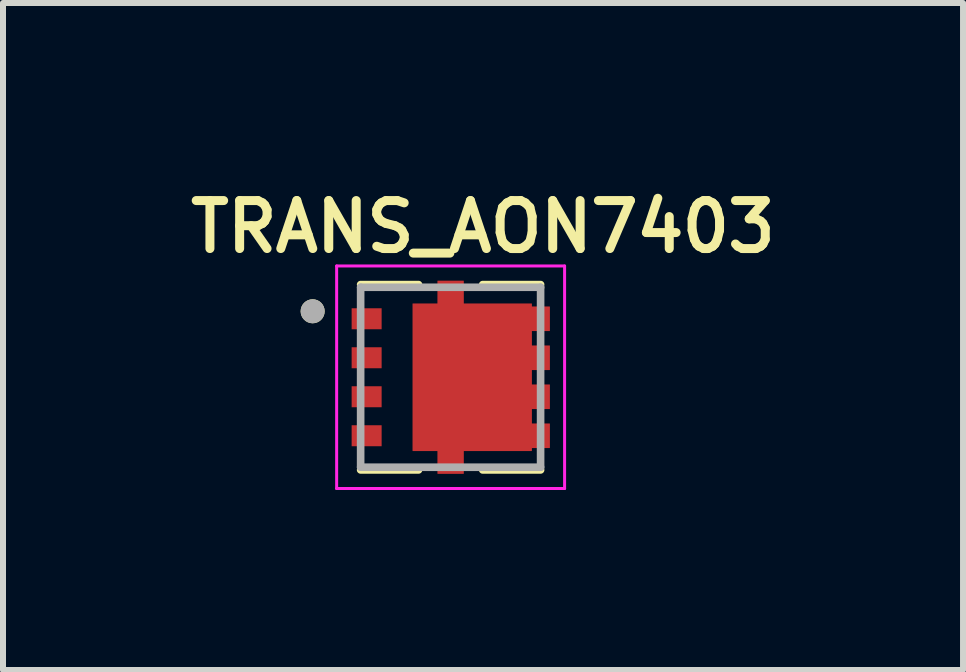
<source format=kicad_pcb>
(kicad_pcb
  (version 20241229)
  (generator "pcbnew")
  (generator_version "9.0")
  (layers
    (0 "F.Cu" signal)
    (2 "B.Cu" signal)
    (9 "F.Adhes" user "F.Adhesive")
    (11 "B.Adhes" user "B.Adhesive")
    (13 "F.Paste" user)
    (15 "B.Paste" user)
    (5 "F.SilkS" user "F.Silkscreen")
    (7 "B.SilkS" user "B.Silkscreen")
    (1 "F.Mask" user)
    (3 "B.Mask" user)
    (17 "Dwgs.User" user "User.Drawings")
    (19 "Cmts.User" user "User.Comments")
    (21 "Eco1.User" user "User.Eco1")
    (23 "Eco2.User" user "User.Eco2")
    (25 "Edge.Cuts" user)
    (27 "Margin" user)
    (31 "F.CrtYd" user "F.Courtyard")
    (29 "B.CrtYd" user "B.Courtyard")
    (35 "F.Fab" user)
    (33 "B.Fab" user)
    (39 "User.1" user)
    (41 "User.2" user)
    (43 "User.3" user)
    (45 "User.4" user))
  (footprint "TRANS_AON7403"
    (layer "F.Cu")
    (at 4.462 3.239)
    (property "Reference" "TRANS_AON7403" (at 0.54 -2.508 0) (layer "F.SilkS") (effects (font (size 0.8 0.8) (thickness 0.15))))
    (attr smd)
    (fp_poly (pts (xy -0.73 1.325) (xy -0.73 -1.325) (xy -0.315 -1.325) (xy -0.315 -1.705) (xy 0.315 -1.705) (xy 0.315 -1.325) (xy 1.45 -1.325) (xy 1.45 -1.275) (xy 1.75 -1.275) (xy 1.75 1.275) (xy 1.45 1.275) (xy 1.45 1.325) (xy 0.315 1.325) (xy 0.315 1.705) (xy -0.315 1.705) (xy -0.315 1.325)) (stroke (width 0.01) (type solid)) (fill yes) (layer "F.Mask"))
    (fp_line (start -0.535 -1.545) (end -1.5 -1.545) (stroke (width 0.127) (type solid)) (layer "F.SilkS"))
    (fp_line (start -0.535 1.545) (end -1.5 1.545) (stroke (width 0.127) (type solid)) (layer "F.SilkS"))
    (fp_line (start 0.535 -1.545) (end 1.5 -1.545) (stroke (width 0.127) (type solid)) (layer "F.SilkS"))
    (fp_line (start 0.535 1.545) (end 1.5 1.545) (stroke (width 0.127) (type solid)) (layer "F.SilkS"))
    (fp_circle (center -2.3 -1.1) (end -2.2 -1.1) (stroke (width 0.2) (type solid)) (fill no) (layer "F.SilkS"))
    (fp_poly (pts (xy -0.265 -0.775) (xy 0.985 -0.775) (xy 0.985 0.775) (xy -0.265 0.775)) (stroke (width 0.01) (type solid)) (fill yes) (layer "F.Paste"))
    (fp_poly (pts (xy -0.215 -1.605) (xy 0.215 -1.605) (xy 0.215 -1.23) (xy -0.215 -1.23)) (stroke (width 0.01) (type solid)) (fill yes) (layer "F.Paste"))
    (fp_poly (pts (xy -0.215 1.23) (xy 0.215 1.23) (xy 0.215 1.605) (xy -0.215 1.605)) (stroke (width 0.01) (type solid)) (fill yes) (layer "F.Paste"))
    (fp_poly (pts (xy 1.355 -1.175) (xy 1.65 -1.175) (xy 1.65 -0.775) (xy 1.355 -0.775)) (stroke (width 0.01) (type solid)) (fill yes) (layer "F.Paste"))
    (fp_poly (pts (xy 1.355 -0.525) (xy 1.65 -0.525) (xy 1.65 -0.125) (xy 1.355 -0.125)) (stroke (width 0.01) (type solid)) (fill yes) (layer "F.Paste"))
    (fp_poly (pts (xy 1.355 0.125) (xy 1.65 0.125) (xy 1.65 0.525) (xy 1.355 0.525)) (stroke (width 0.01) (type solid)) (fill yes) (layer "F.Paste"))
    (fp_poly (pts (xy 1.355 0.775) (xy 1.65 0.775) (xy 1.65 1.175) (xy 1.355 1.175)) (stroke (width 0.01) (type solid)) (fill yes) (layer "F.Paste"))
    (fp_line (start -1.9 -1.855) (end 1.9 -1.855) (stroke (width 0.05) (type solid)) (layer "F.CrtYd"))
    (fp_line (start -1.9 1.855) (end -1.9 -1.855) (stroke (width 0.05) (type solid)) (layer "F.CrtYd"))
    (fp_line (start 1.9 -1.855) (end 1.9 1.855) (stroke (width 0.05) (type solid)) (layer "F.CrtYd"))
    (fp_line (start 1.9 1.855) (end -1.9 1.855) (stroke (width 0.05) (type solid)) (layer "F.CrtYd"))
    (fp_line (start -1.5 -1.5) (end -1.5 1.5) (stroke (width 0.127) (type solid)) (layer "F.Fab"))
    (fp_line (start -1.5 1.5) (end 1.5 1.5) (stroke (width 0.127) (type solid)) (layer "F.Fab"))
    (fp_line (start 1.5 -1.5) (end -1.5 -1.5) (stroke (width 0.127) (type solid)) (layer "F.Fab"))
    (fp_line (start 1.5 1.5) (end 1.5 -1.5) (stroke (width 0.127) (type solid)) (layer "F.Fab"))
    (fp_circle (center -2.3 -1.1) (end -2.2 -1.1) (stroke (width 0.2) (type solid)) (fill no) (layer "F.Fab"))
    (pad "1" smd rect (at -1.4 -0.975) (size 0.5 0.35) (layers "F.Cu" "F.Mask" "F.Paste"))
    (pad "2" smd rect (at -1.4 -0.325) (size 0.5 0.35) (layers "F.Cu" "F.Mask" "F.Paste"))
    (pad "3" smd rect (at -1.4 0.325) (size 0.5 0.35) (layers "F.Cu" "F.Mask" "F.Paste"))
    (pad "4" smd rect (at -1.4 0.975) (size 0.5 0.35) (layers "F.Cu" "F.Mask" "F.Paste"))
    (pad "5_8" smd custom (at 0 0) (size 0.5 0.5) (layers "F.Cu") (options (anchor rect)) (primitives (gr_poly (pts (xy -0.63 1.225) (xy -0.63 -1.225) (xy -0.215 -1.225) (xy -0.215 -1.605) (xy 0.215 -1.605) (xy 0.215 -1.225) (xy 1.35 -1.225) (xy 1.35 -1.175) (xy 1.65 -1.175) (xy 1.65 -0.775) (xy 1.35 -0.775) (xy 1.35 -0.525) (xy 1.65 -0.525) (xy 1.65 -0.125) (xy 1.35 -0.125) (xy 1.35 0.125) (xy 1.65 0.125) (xy 1.65 0.525) (xy 1.35 0.525) (xy 1.35 0.775) (xy 1.65 0.775) (xy 1.65 1.175) (xy 1.35 1.175) (xy 1.35 1.225) (xy 0.215 1.225) (xy 0.215 1.605) (xy -0.215 1.605) (xy -0.215 1.225)) (width 0.01) (fill yes)))))
  (gr_rect
    (start -3 -3)
    (end 13.004 8.119)
    (stroke (width 0.1) (type default))
    (fill no)
    (layer "Edge.Cuts")))
</source>
